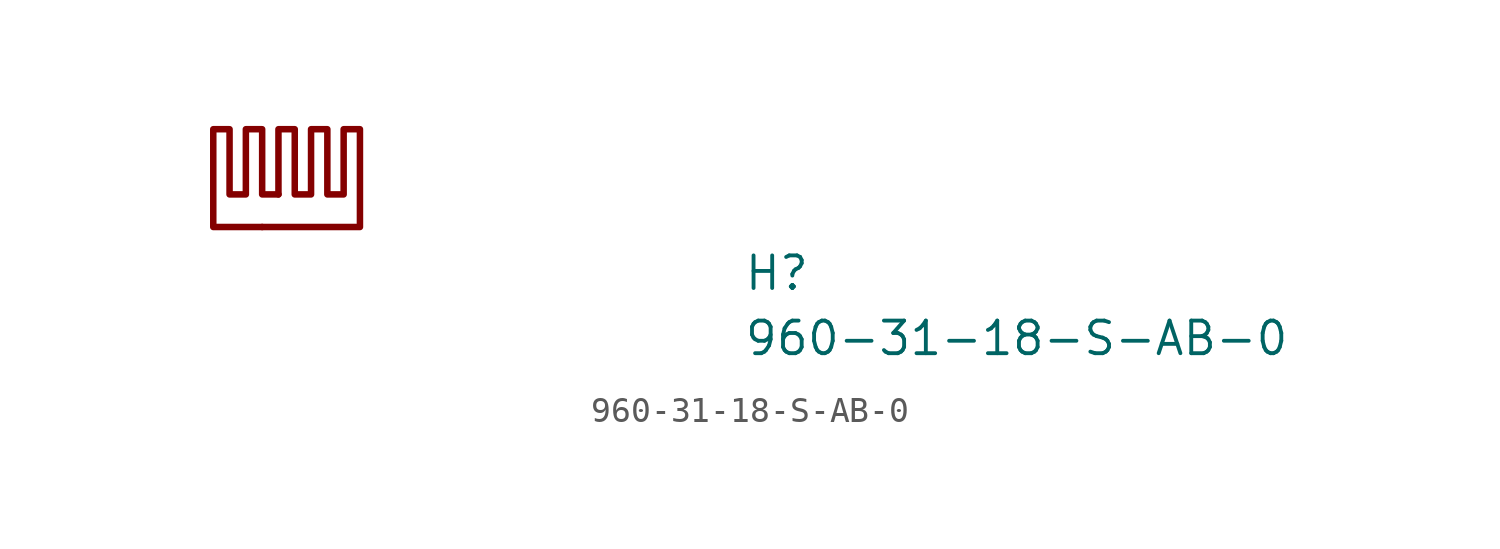
<source format=kicad_sym>
(kicad_symbol_lib
  (version 20211014)
  (generator kicad_symbol_editor)
  (symbol "960-31-18-S-AB-0"
    (pin_names hide)
    (property "Reference" "H"
      (at 17.78 -2.54 0)
      (effects (font (size 1.27 1.27) (thickness 0.15)) (justify left bottom)))
    (property "Value" "960-31-18-S-AB-0"
      (at 17.78 -5.08 0)
      (effects (font (size 1.27 1.27) (thickness 0.15)) (justify left bottom)))
    (symbol "960-31-18-S-AB-0_1_1"
      (polyline (pts (xy -0.33 1.27) (xy -0.965 1.27) (xy -0.965 3.81) (xy -1.6 3.81) (xy -1.6 1.27) (xy -2.235 1.27) (xy -2.235 3.81) (xy -2.87 3.81) (xy -2.87 0) (xy -0.965 0)) (stroke (width 0.254) (type default) (color 0 0 0 0)) (fill (type none)))
      (polyline (pts (xy -0.33 1.27) (xy -0.33 3.81) (xy 0.305 3.81) (xy 0.305 1.27) (xy 0.94 1.27) (xy 0.94 3.81) (xy 1.575 3.81) (xy 1.575 1.27) (xy 2.21 1.27) (xy 2.21 3.81) (xy 2.845 3.81) (xy 2.845 0) (xy -0.965 0)) (stroke (width 0.254) (type default) (color 0 0 0 0)) (fill (type none))))))
</source>
